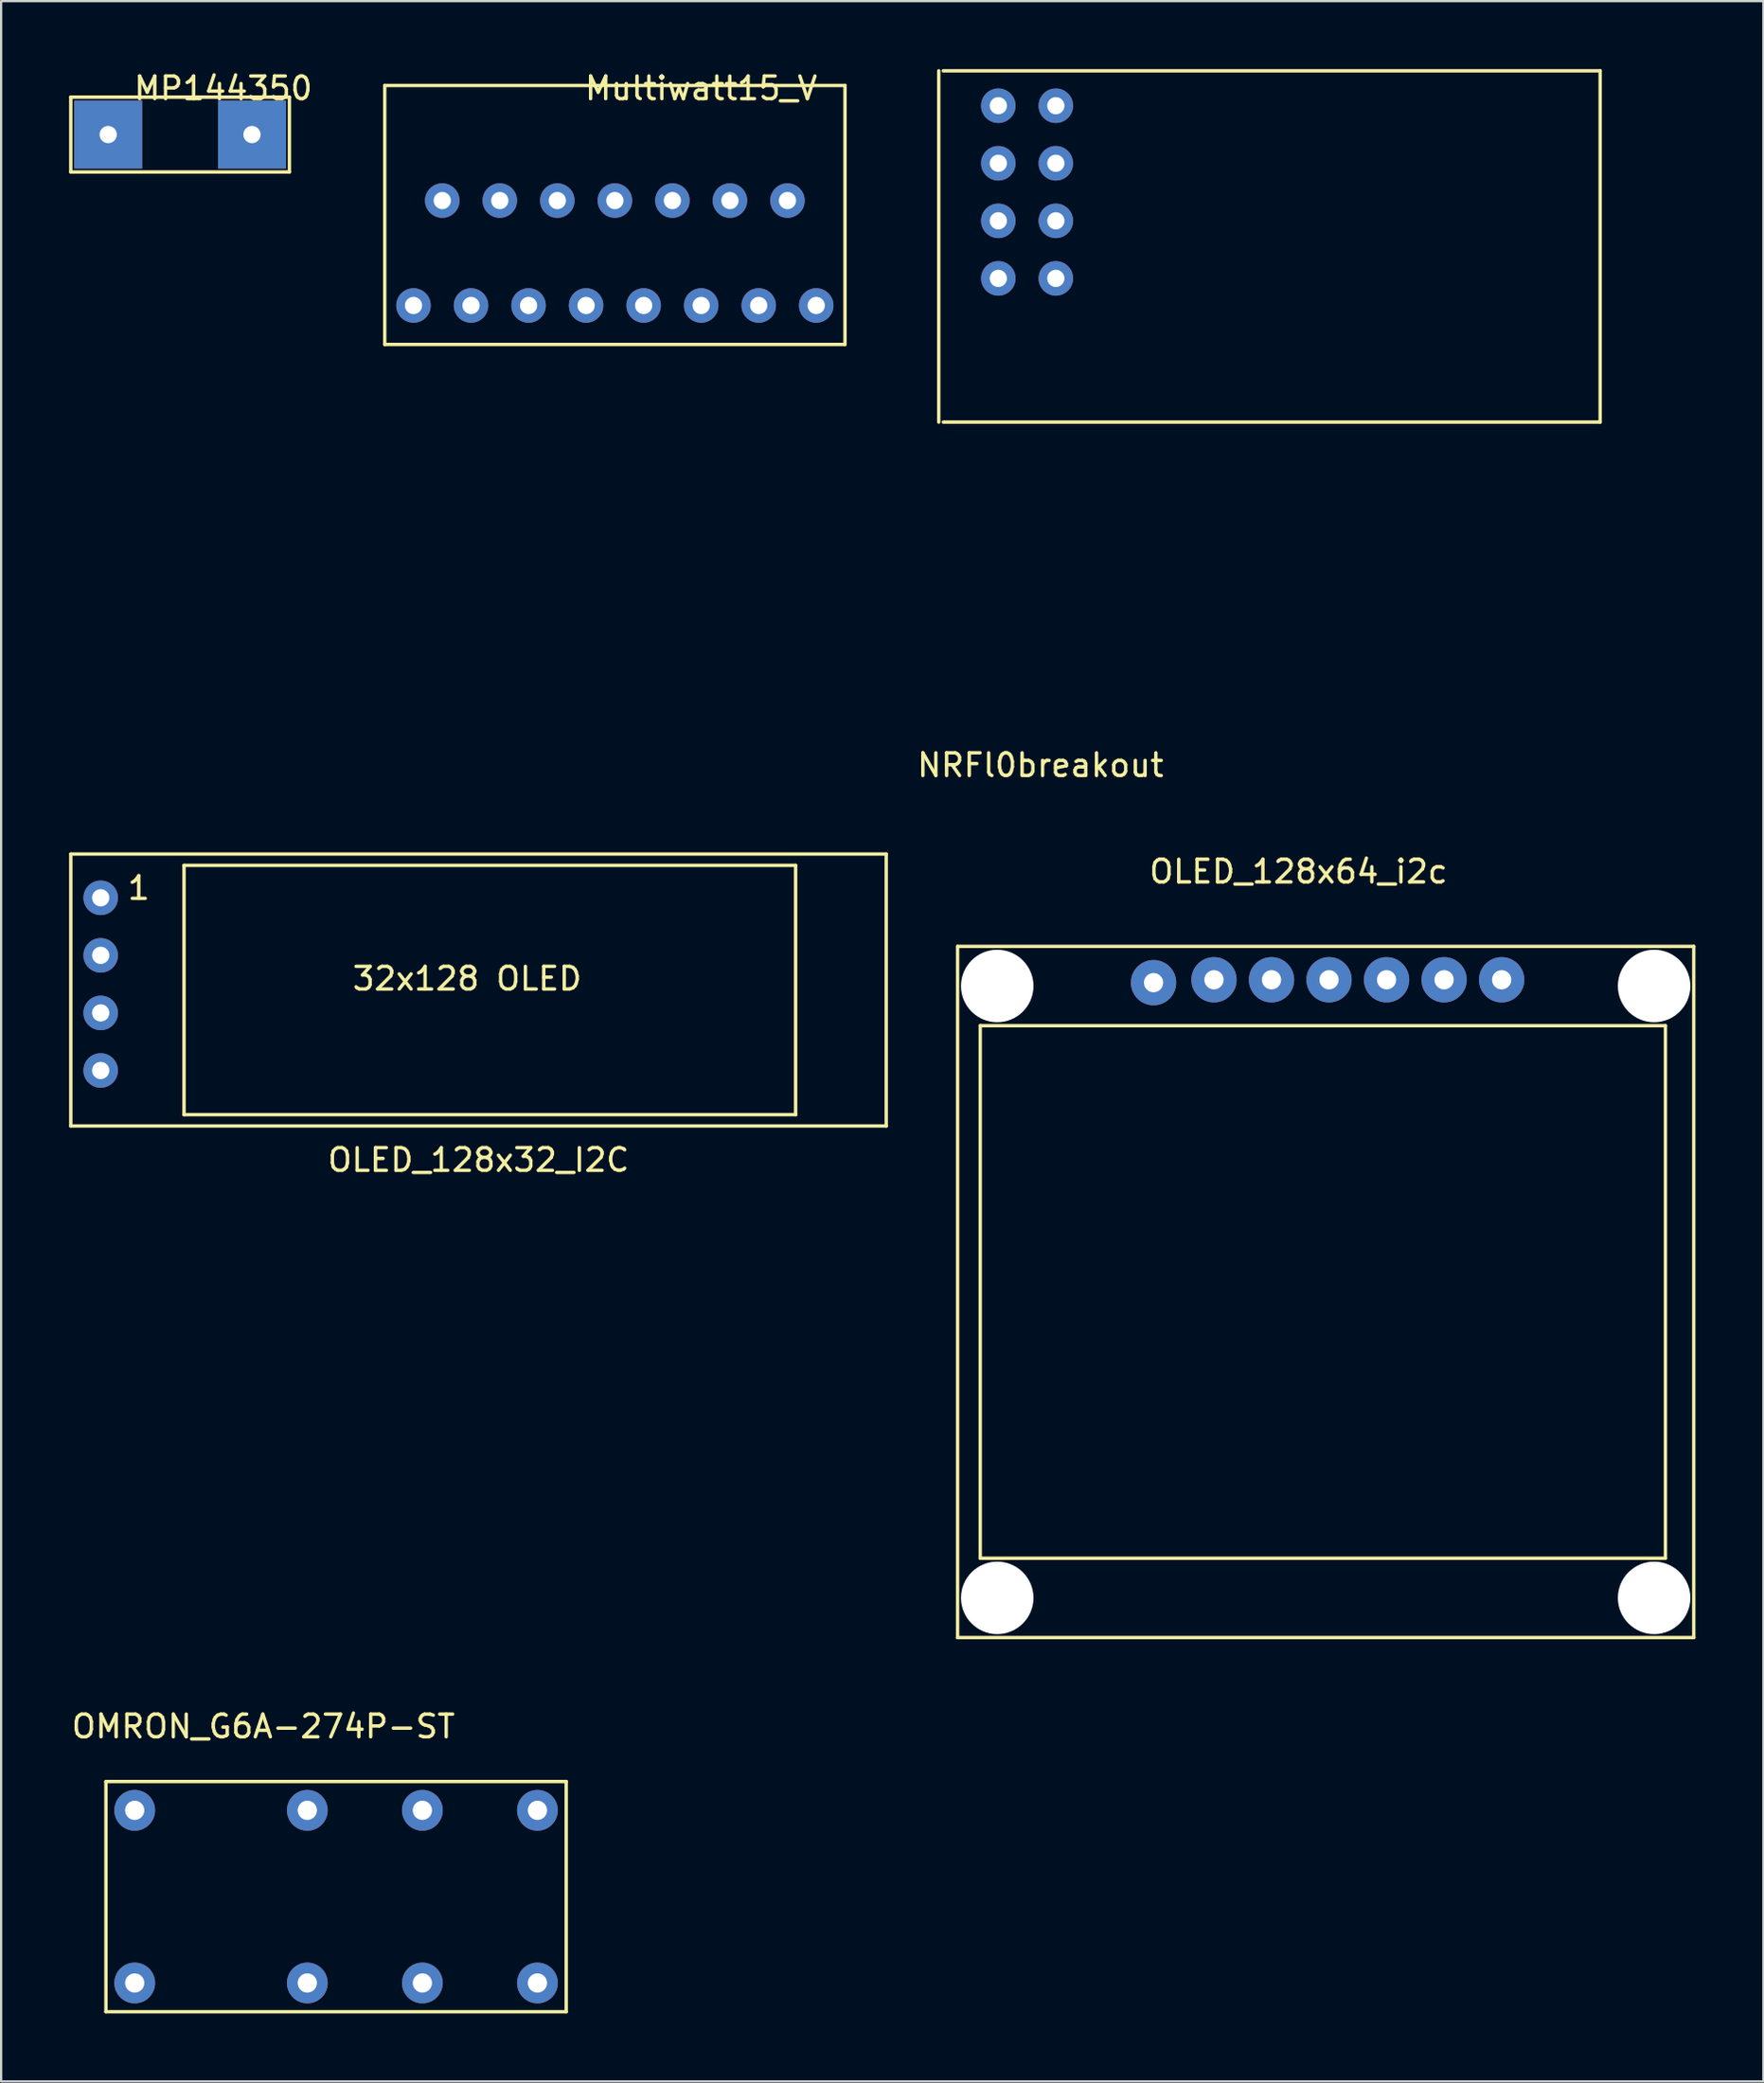
<source format=kicad_pcb>
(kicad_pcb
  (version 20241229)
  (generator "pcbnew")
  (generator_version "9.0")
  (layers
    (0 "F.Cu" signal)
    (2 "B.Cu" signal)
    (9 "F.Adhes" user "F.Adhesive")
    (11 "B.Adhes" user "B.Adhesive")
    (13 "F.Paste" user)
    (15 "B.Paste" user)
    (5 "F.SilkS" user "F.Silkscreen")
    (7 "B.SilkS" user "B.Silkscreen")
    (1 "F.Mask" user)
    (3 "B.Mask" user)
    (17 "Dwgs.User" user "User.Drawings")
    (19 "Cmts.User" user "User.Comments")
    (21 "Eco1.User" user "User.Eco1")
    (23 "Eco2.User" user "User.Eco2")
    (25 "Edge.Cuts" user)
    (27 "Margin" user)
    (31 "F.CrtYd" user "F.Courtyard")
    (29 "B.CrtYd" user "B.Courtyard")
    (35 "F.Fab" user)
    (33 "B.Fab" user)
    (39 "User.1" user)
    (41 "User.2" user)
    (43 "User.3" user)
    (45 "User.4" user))
  (footprint "OLED_128x32_I2C"
    (layer "F.Cu")
    (at 19.075 40.138)
    (property "Reference" "OLED_128x32_I2C" (at -1 8 0) (layer "F.SilkS") (effects (font (size 1 1) (thickness 0.15))))
    (attr through_hole)
    (fp_line (start -19 -5.5) (end -19 6.5) (stroke (width 0.15) (type solid)) (layer "F.SilkS"))
    (fp_line (start -19 6.5) (end 17 6.5) (stroke (width 0.15) (type solid)) (layer "F.SilkS"))
    (fp_line (start -14 -5) (end -14 6) (stroke (width 0.15) (type solid)) (layer "F.SilkS"))
    (fp_line (start -14 6) (end 13 6) (stroke (width 0.15) (type solid)) (layer "F.SilkS"))
    (fp_line (start 13 -5) (end -14 -5) (stroke (width 0.15) (type solid)) (layer "F.SilkS"))
    (fp_line (start 13 6) (end 13 -5) (stroke (width 0.15) (type solid)) (layer "F.SilkS"))
    (fp_line (start 17 -5.5) (end -19 -5.5) (stroke (width 0.15) (type solid)) (layer "F.SilkS"))
    (fp_line (start 17 6.5) (end 17 -5.5) (stroke (width 0.15) (type solid)) (layer "F.SilkS"))
    (fp_text user "1" (at -16 -4 0) (layer "F.SilkS") (effects (font (size 1 1) (thickness 0.15))))
    (fp_text user "32x128 OLED" (at -1.5 0 0) (layer "F.SilkS") (effects (font (size 1 1) (thickness 0.15))))
    (pad "1" thru_hole circle (at -17.68 -3.57) (size 1.524 1.524) (drill 0.762) (layers "*.Cu" "*.Mask"))
    (pad "2" thru_hole circle (at -17.68 -1.03) (size 1.524 1.524) (drill 0.762) (layers "*.Cu" "*.Mask"))
    (pad "3" thru_hole circle (at -17.68 1.51) (size 1.524 1.524) (drill 0.762) (layers "*.Cu" "*.Mask"))
    (pad "4" thru_hole circle (at -17.68 4.05) (size 1.524 1.524) (drill 0.762) (layers "*.Cu" "*.Mask")))
  (footprint "MP144350"
    (layer "F.Cu")
    (at 6.806 0.348)
    (property "Reference" "MP144350" (at 0 0.5 0) (layer "F.SilkS") (effects (font (size 1 1) (thickness 0.15))))
    (attr through_hole)
    (fp_line (start -6.731 0.889) (end 2.921 0.889) (stroke (width 0.15) (type solid)) (layer "F.SilkS"))
    (fp_line (start -6.731 4.191) (end -6.731 0.889) (stroke (width 0.15) (type solid)) (layer "F.SilkS"))
    (fp_line (start 2.921 0.889) (end 2.921 4.191) (stroke (width 0.15) (type solid)) (layer "F.SilkS"))
    (fp_line (start 2.921 4.191) (end -6.731 4.191) (stroke (width 0.15) (type solid)) (layer "F.SilkS"))
    (pad "1" thru_hole rect (at -5.08 2.54) (size 3 3) (drill 0.762) (layers "*.Cu" "*.Mask"))
    (pad "2" thru_hole rect (at 1.27 2.54) (size 3 3) (drill 0.762) (layers "*.Cu" "*.Mask")))
  (footprint "NRFl0breakout"
    (layer "F.Cu")
    (at 42.293 11.775)
    (property "Reference" "NRFl0breakout" (at 0.59 18.94 0) (layer "F.SilkS") (effects (font (size 1 1) (thickness 0.15))))
    (attr through_hole)
    (fp_line (start -3.9 -11.7) (end -3.9 3.8) (stroke (width 0.15) (type solid)) (layer "F.SilkS"))
    (fp_line (start -3.7 -11.7) (end 25.3 -11.7) (stroke (width 0.15) (type solid)) (layer "F.SilkS"))
    (fp_line (start -3.7 3.8) (end 25.3 3.8) (stroke (width 0.15) (type solid)) (layer "F.SilkS"))
    (fp_line (start 25.3 -11.7) (end 25.3 3.8) (stroke (width 0.15) (type solid)) (layer "F.SilkS"))
    (pad "1" thru_hole circle (at -1.27 -10.16) (size 1.524 1.524) (drill 0.762) (layers "*.Cu" "*.Mask"))
    (pad "2" thru_hole circle (at 1.27 -10.16) (size 1.524 1.524) (drill 0.762) (layers "*.Cu" "*.Mask"))
    (pad "3" thru_hole circle (at -1.27 -7.62) (size 1.524 1.524) (drill 0.762) (layers "*.Cu" "*.Mask"))
    (pad "4" thru_hole circle (at 1.27 -7.62) (size 1.524 1.524) (drill 0.762) (layers "*.Cu" "*.Mask"))
    (pad "5" thru_hole circle (at -1.27 -5.08) (size 1.524 1.524) (drill 0.762) (layers "*.Cu" "*.Mask"))
    (pad "6" thru_hole circle (at 1.27 -5.08) (size 1.524 1.524) (drill 0.762) (layers "*.Cu" "*.Mask"))
    (pad "7" thru_hole circle (at -1.27 -2.54) (size 1.524 1.524) (drill 0.762) (layers "*.Cu" "*.Mask"))
    (pad "8" thru_hole circle (at 1.27 -2.54) (size 1.524 1.524) (drill 0.762) (layers "*.Cu" "*.Mask")))
  (footprint "OMRON_G6A-274P-ST"
    (layer "F.Cu")
    (at 7.977 76.835)
    (property "Reference" "OMRON_G6A-274P-ST" (at 0.6 -3.7 0) (layer "F.SilkS") (effects (font (size 1 1) (thickness 0.15))))
    (attr through_hole)
    (fp_line (start -6.35 -1.27) (end 13.97 -1.27) (stroke (width 0.15) (type solid)) (layer "F.SilkS"))
    (fp_line (start -6.35 8.89) (end -6.35 -1.27) (stroke (width 0.15) (type solid)) (layer "F.SilkS"))
    (fp_line (start 13.97 -1.27) (end 13.97 8.89) (stroke (width 0.15) (type solid)) (layer "F.SilkS"))
    (fp_line (start 13.97 8.89) (end -6.35 8.89) (stroke (width 0.15) (type solid)) (layer "F.SilkS"))
    (pad "1" thru_hole circle (at -5.08 0) (size 1.8 1.8) (drill 0.85) (layers "*.Cu" "*.Mask"))
    (pad "4" thru_hole circle (at 2.54 0) (size 1.8 1.8) (drill 0.85) (layers "*.Cu" "*.Mask"))
    (pad "6" thru_hole circle (at 7.62 0) (size 1.8 1.8) (drill 0.85) (layers "*.Cu" "*.Mask"))
    (pad "8" thru_hole circle (at 12.7 0) (size 1.8 1.8) (drill 0.85) (layers "*.Cu" "*.Mask"))
    (pad "9" thru_hole circle (at 12.7 7.62) (size 1.8 1.8) (drill 0.85) (layers "*.Cu" "*.Mask"))
    (pad "11" thru_hole circle (at 7.62 7.62) (size 1.8 1.8) (drill 0.85) (layers "*.Cu" "*.Mask"))
    (pad "13" thru_hole circle (at 2.54 7.62) (size 1.8 1.8) (drill 0.85) (layers "*.Cu" "*.Mask"))
    (pad "16" thru_hole circle (at -5.08 7.62) (size 1.8 1.8) (drill 0.85) (layers "*.Cu" "*.Mask")))
  (footprint "Multiwatt15_V"
    (layer "F.Cu")
    (at 26.635 5.801)
    (property "Reference" "Multiwatt15_V" (at 1.27 -4.953 0) (layer "F.SilkS") (effects (font (size 1 1) (thickness 0.15))))
    (attr through_hole)
    (fp_line (start -12.7 -5.08) (end -12.7 6.35) (stroke (width 0.15) (type solid)) (layer "F.SilkS"))
    (fp_line (start -12.7 6.35) (end 7.62 6.35) (stroke (width 0.15) (type solid)) (layer "F.SilkS"))
    (fp_line (start 7.62 -5.08) (end -12.7 -5.08) (stroke (width 0.15) (type solid)) (layer "F.SilkS"))
    (fp_line (start 7.62 6.35) (end 7.62 -5.08) (stroke (width 0.15) (type solid)) (layer "F.SilkS"))
    (pad "1" thru_hole circle (at -11.43 4.63) (size 1.524 1.524) (drill 0.762) (layers "*.Cu" "*.Mask"))
    (pad "2" thru_hole circle (at -10.16 0) (size 1.524 1.524) (drill 0.762) (layers "*.Cu" "*.Mask"))
    (pad "3" thru_hole circle (at -8.89 4.63) (size 1.524 1.524) (drill 0.762) (layers "*.Cu" "*.Mask"))
    (pad "4" thru_hole circle (at -7.62 0) (size 1.524 1.524) (drill 0.762) (layers "*.Cu" "*.Mask"))
    (pad "5" thru_hole circle (at -6.35 4.63) (size 1.524 1.524) (drill 0.762) (layers "*.Cu" "*.Mask"))
    (pad "6" thru_hole circle (at -5.08 0) (size 1.524 1.524) (drill 0.762) (layers "*.Cu" "*.Mask"))
    (pad "7" thru_hole circle (at -3.81 4.63) (size 1.524 1.524) (drill 0.762) (layers "*.Cu" "*.Mask"))
    (pad "8" thru_hole circle (at -2.54 0) (size 1.524 1.524) (drill 0.762) (layers "*.Cu" "*.Mask"))
    (pad "9" thru_hole circle (at -1.27 4.63) (size 1.524 1.524) (drill 0.762) (layers "*.Cu" "*.Mask"))
    (pad "10" thru_hole circle (at 0 0) (size 1.524 1.524) (drill 0.762) (layers "*.Cu" "*.Mask"))
    (pad "11" thru_hole circle (at 1.27 4.63) (size 1.524 1.524) (drill 0.762) (layers "*.Cu" "*.Mask"))
    (pad "12" thru_hole circle (at 2.54 0) (size 1.524 1.524) (drill 0.762) (layers "*.Cu" "*.Mask"))
    (pad "13" thru_hole circle (at 3.81 4.63) (size 1.524 1.524) (drill 0.762) (layers "*.Cu" "*.Mask"))
    (pad "14" thru_hole circle (at 5.08 0) (size 1.524 1.524) (drill 0.762) (layers "*.Cu" "*.Mask"))
    (pad "15" thru_hole circle (at 6.35 4.63) (size 1.524 1.524) (drill 0.762) (layers "*.Cu" "*.Mask")))
  (footprint "OLED_128x64_i2c"
    (layer "F.Cu")
    (at 55.175 51.111)
    (property "Reference" "OLED_128x64_i2c" (at -0.9 -15.7 0) (layer "F.SilkS") (effects (font (size 1 1) (thickness 0.15))))
    (attr through_hole)
    (fp_line (start -15.95 -12.4) (end 16.55 -12.4) (stroke (width 0.15) (type solid)) (layer "F.SilkS"))
    (fp_line (start -15.95 18.1) (end -15.95 -12.4) (stroke (width 0.15) (type solid)) (layer "F.SilkS"))
    (fp_line (start -14.95 -8.9) (end -14.95 14.6) (stroke (width 0.15) (type solid)) (layer "F.SilkS"))
    (fp_line (start -14.95 14.6) (end 15.3 14.6) (stroke (width 0.15) (type solid)) (layer "F.SilkS"))
    (fp_line (start 15.3 -8.9) (end -14.95 -8.9) (stroke (width 0.15) (type solid)) (layer "F.SilkS"))
    (fp_line (start 15.3 14.6) (end 15.3 -8.9) (stroke (width 0.15) (type solid)) (layer "F.SilkS"))
    (fp_line (start 16.55 -12.4) (end 16.55 18.1) (stroke (width 0.15) (type solid)) (layer "F.SilkS"))
    (fp_line (start 16.55 18.1) (end -15.95 18.1) (stroke (width 0.15) (type solid)) (layer "F.SilkS"))
    (pad "" np_thru_hole circle (at -14.2 -10.65) (size 3.2 3.2) (drill 3.2) (layers "*.Cu" "*.Mask"))
    (pad "" np_thru_hole circle (at -14.2 16.35) (size 3.2 3.2) (drill 3.2) (layers "*.Cu" "*.Mask"))
    (pad "" np_thru_hole circle (at 14.8 -10.65) (size 3.2 3.2) (drill 3.2) (layers "*.Cu" "*.Mask"))
    (pad "" np_thru_hole circle (at 14.8 16.35) (size 3.2 3.2) (drill 3.2) (layers "*.Cu" "*.Mask"))
    (pad "1" thru_hole circle (at -7.298 -10.798) (size 2 2) (drill 0.85) (layers "*.Cu" "*.Mask"))
    (pad "2" thru_hole circle (at -4.631 -10.925) (size 2 2) (drill 0.85) (layers "*.Cu" "*.Mask"))
    (pad "3" thru_hole circle (at -2.091 -10.925) (size 2 2) (drill 0.85) (layers "*.Cu" "*.Mask"))
    (pad "4" thru_hole circle (at 0.449 -10.925) (size 2 2) (drill 0.85) (layers "*.Cu" "*.Mask"))
    (pad "5" thru_hole circle (at 2.989 -10.925) (size 2 2) (drill 0.85) (layers "*.Cu" "*.Mask"))
    (pad "6" thru_hole circle (at 5.529 -10.925) (size 2 2) (drill 0.85) (layers "*.Cu" "*.Mask"))
    (pad "7" thru_hole circle (at 8.069 -10.925) (size 2 2) (drill 0.85) (layers "*.Cu" "*.Mask")))
  (gr_rect
    (start -3 -3)
    (end 74.8 88.8)
    (stroke (width 0.1) (type default))
    (fill no)
    (layer "Edge.Cuts")))
</source>
